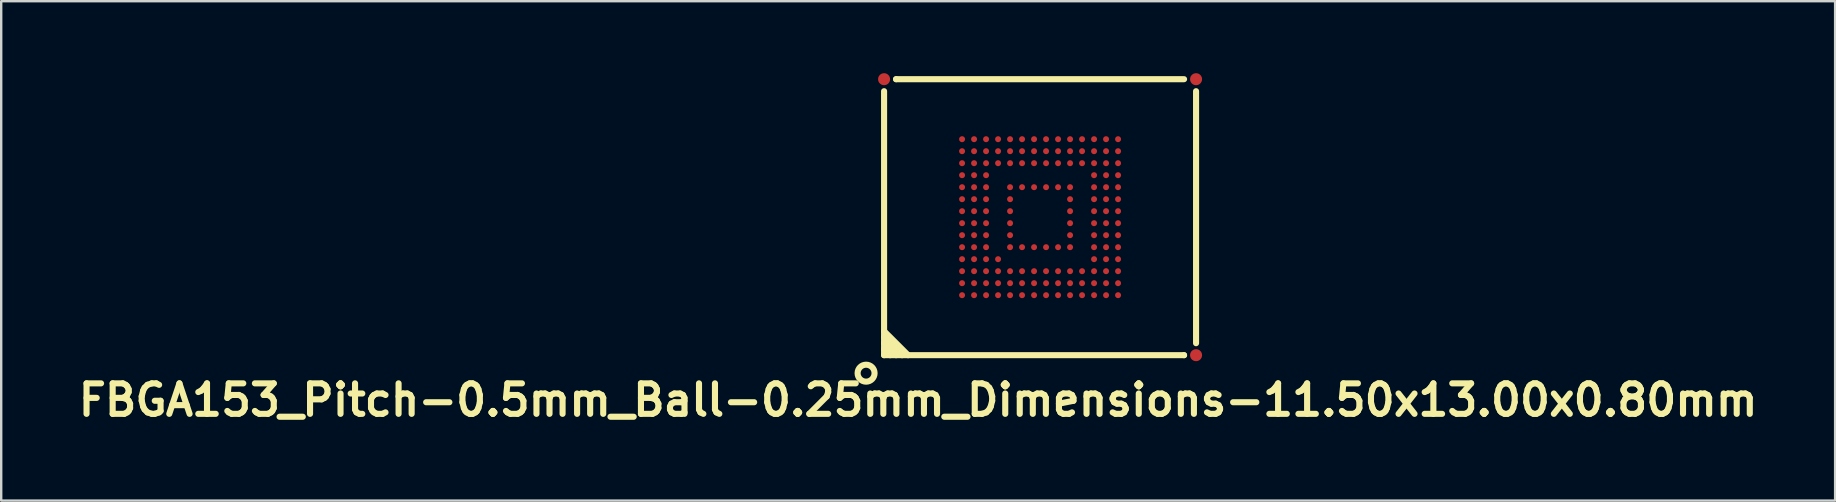
<source format=kicad_pcb>
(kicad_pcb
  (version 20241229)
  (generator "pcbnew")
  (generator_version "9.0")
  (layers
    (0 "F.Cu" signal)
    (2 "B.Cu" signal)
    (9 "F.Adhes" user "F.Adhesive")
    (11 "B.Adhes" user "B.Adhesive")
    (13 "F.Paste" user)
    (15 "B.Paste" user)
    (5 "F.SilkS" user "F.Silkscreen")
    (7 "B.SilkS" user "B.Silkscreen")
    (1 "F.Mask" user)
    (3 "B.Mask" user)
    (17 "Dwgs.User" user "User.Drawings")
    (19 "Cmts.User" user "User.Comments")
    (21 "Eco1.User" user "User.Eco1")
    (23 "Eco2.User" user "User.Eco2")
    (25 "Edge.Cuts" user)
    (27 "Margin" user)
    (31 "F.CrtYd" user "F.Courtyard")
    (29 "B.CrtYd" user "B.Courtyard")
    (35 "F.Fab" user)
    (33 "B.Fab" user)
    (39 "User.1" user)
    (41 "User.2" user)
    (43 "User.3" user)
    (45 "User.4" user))
  (footprint "FBGA153_Pitch-0.5mm_Ball-0.25mm_Dimensions-11.50x13.00x0.80mm"
    (layer "F.Cu")
    (at 40.289 6)
    (property "Reference" "FBGA153_Pitch-0.5mm_Ball-0.25mm_Dimensions-11.50x13.00x0.80mm" (at -5.08 7.62 0) (layer "F.SilkS") (effects (font (size 1.27 1.27) (thickness 0.254))))
    (attr smd)
    (fp_line (start -6.5 -5.25) (end -6.5 5.75) (stroke (width 0.254) (type solid)) (layer "F.SilkS"))
    (fp_line (start -6.5 4.75) (end -5.5 5.75) (stroke (width 0.254) (type solid)) (layer "F.SilkS"))
    (fp_line (start -6.5 5) (end -5.75 5.75) (stroke (width 0.254) (type solid)) (layer "F.SilkS"))
    (fp_line (start -6.5 5.25) (end -6 5.75) (stroke (width 0.254) (type solid)) (layer "F.SilkS"))
    (fp_line (start -6.5 5.5) (end -6.25 5.75) (stroke (width 0.254) (type solid)) (layer "F.SilkS"))
    (fp_line (start -6.5 5.75) (end 6 5.75) (stroke (width 0.254) (type solid)) (layer "F.SilkS"))
    (fp_line (start -6 -5.75) (end -6 -5.75) (stroke (width 0.254) (type solid)) (layer "F.SilkS"))
    (fp_line (start 6 -5.75) (end -6 -5.75) (stroke (width 0.254) (type solid)) (layer "F.SilkS"))
    (fp_line (start 6 5.75) (end 6 5.75) (stroke (width 0.254) (type solid)) (layer "F.SilkS"))
    (fp_line (start 6.5 5.25) (end 6.5 -5.25) (stroke (width 0.254) (type solid)) (layer "F.SilkS"))
    (fp_circle (center -7.25 6.5) (end -7.5 6.75) (stroke (width 0.254) (type solid)) (fill no) (layer "F.SilkS"))
    (pad "" smd rect (at -3.25 -3.25) (size 0.3 0.3) (layers "F.Paste"))
    (pad "" smd rect (at -3.25 -2.75) (size 0.3 0.3) (layers "F.Paste"))
    (pad "" smd rect (at -3.25 -2.25) (size 0.3 0.3) (layers "F.Paste"))
    (pad "" smd rect (at -3.25 -1.75) (size 0.3 0.3) (layers "F.Paste"))
    (pad "" smd rect (at -3.25 -1.25) (size 0.3 0.3) (layers "F.Paste"))
    (pad "" smd rect (at -3.25 -0.75) (size 0.3 0.3) (layers "F.Paste"))
    (pad "" smd rect (at -3.25 -0.25) (size 0.3 0.3) (layers "F.Paste"))
    (pad "" smd rect (at -3.25 0.25) (size 0.3 0.3) (layers "F.Paste"))
    (pad "" smd rect (at -3.25 0.75) (size 0.3 0.3) (layers "F.Paste"))
    (pad "" smd rect (at -3.25 1.25) (size 0.3 0.3) (layers "F.Paste"))
    (pad "" smd rect (at -3.25 1.75) (size 0.3 0.3) (layers "F.Paste"))
    (pad "" smd rect (at -3.25 2.25) (size 0.3 0.3) (layers "F.Paste"))
    (pad "" smd rect (at -3.25 2.75) (size 0.3 0.3) (layers "F.Paste"))
    (pad "" smd rect (at -3.25 3.25) (size 0.3 0.3) (layers "F.Paste"))
    (pad "" smd rect (at -2.75 -3.25) (size 0.3 0.3) (layers "F.Paste"))
    (pad "" smd rect (at -2.75 -2.75) (size 0.3 0.3) (layers "F.Paste"))
    (pad "" smd rect (at -2.75 -2.25) (size 0.3 0.3) (layers "F.Paste"))
    (pad "" smd rect (at -2.75 -1.75) (size 0.3 0.3) (layers "F.Paste"))
    (pad "" smd rect (at -2.75 -1.25) (size 0.3 0.3) (layers "F.Paste"))
    (pad "" smd rect (at -2.75 -0.75) (size 0.3 0.3) (layers "F.Paste"))
    (pad "" smd rect (at -2.75 -0.25) (size 0.3 0.3) (layers "F.Paste"))
    (pad "" smd rect (at -2.75 0.25) (size 0.3 0.3) (layers "F.Paste"))
    (pad "" smd rect (at -2.75 0.75) (size 0.3 0.3) (layers "F.Paste"))
    (pad "" smd rect (at -2.75 1.25) (size 0.3 0.3) (layers "F.Paste"))
    (pad "" smd rect (at -2.75 1.75) (size 0.3 0.3) (layers "F.Paste"))
    (pad "" smd rect (at -2.75 2.25) (size 0.3 0.3) (layers "F.Paste"))
    (pad "" smd rect (at -2.75 2.75) (size 0.3 0.3) (layers "F.Paste"))
    (pad "" smd rect (at -2.75 3.25) (size 0.3 0.3) (layers "F.Paste"))
    (pad "" smd rect (at -2.25 -3.25) (size 0.3 0.3) (layers "F.Paste"))
    (pad "" smd rect (at -2.25 -2.75) (size 0.3 0.3) (layers "F.Paste"))
    (pad "" smd rect (at -2.25 -2.25) (size 0.3 0.3) (layers "F.Paste"))
    (pad "" smd rect (at -2.25 -1.75) (size 0.3 0.3) (layers "F.Paste"))
    (pad "" smd rect (at -2.25 -1.25) (size 0.3 0.3) (layers "F.Paste"))
    (pad "" smd rect (at -2.25 -0.75) (size 0.3 0.3) (layers "F.Paste"))
    (pad "" smd rect (at -2.25 -0.25) (size 0.3 0.3) (layers "F.Paste"))
    (pad "" smd rect (at -2.25 0.25) (size 0.3 0.3) (layers "F.Paste"))
    (pad "" smd rect (at -2.25 0.75) (size 0.3 0.3) (layers "F.Paste"))
    (pad "" smd rect (at -2.25 1.25) (size 0.3 0.3) (layers "F.Paste"))
    (pad "" smd rect (at -2.25 1.75) (size 0.3 0.3) (layers "F.Paste"))
    (pad "" smd rect (at -2.25 2.25) (size 0.3 0.3) (layers "F.Paste"))
    (pad "" smd rect (at -2.25 2.75) (size 0.3 0.3) (layers "F.Paste"))
    (pad "" smd rect (at -2.25 3.25) (size 0.3 0.3) (layers "F.Paste"))
    (pad "" smd rect (at -1.75 -3.25) (size 0.3 0.3) (layers "F.Paste"))
    (pad "" smd rect (at -1.75 -2.75) (size 0.3 0.3) (layers "F.Paste"))
    (pad "" smd rect (at -1.75 -2.25) (size 0.3 0.3) (layers "F.Paste"))
    (pad "" smd rect (at -1.75 1.75) (size 0.3 0.3) (layers "F.Paste"))
    (pad "" smd rect (at -1.75 2.25) (size 0.3 0.3) (layers "F.Paste"))
    (pad "" smd rect (at -1.75 2.75) (size 0.3 0.3) (layers "F.Paste"))
    (pad "" smd rect (at -1.75 3.25) (size 0.3 0.3) (layers "F.Paste"))
    (pad "" smd rect (at -1.25 -3.25) (size 0.3 0.3) (layers "F.Paste"))
    (pad "" smd rect (at -1.25 -2.75) (size 0.3 0.3) (layers "F.Paste"))
    (pad "" smd rect (at -1.25 -2.25) (size 0.3 0.3) (layers "F.Paste"))
    (pad "" smd rect (at -1.25 -1.25) (size 0.3 0.3) (layers "F.Paste"))
    (pad "" smd rect (at -1.25 -0.75) (size 0.3 0.3) (layers "F.Paste"))
    (pad "" smd rect (at -1.25 -0.25) (size 0.3 0.3) (layers "F.Paste"))
    (pad "" smd rect (at -1.25 0.25) (size 0.3 0.3) (layers "F.Paste"))
    (pad "" smd rect (at -1.25 0.75) (size 0.3 0.3) (layers "F.Paste"))
    (pad "" smd rect (at -1.25 1.25) (size 0.3 0.3) (layers "F.Paste"))
    (pad "" smd rect (at -1.25 2.25) (size 0.3 0.3) (layers "F.Paste"))
    (pad "" smd rect (at -1.25 2.75) (size 0.3 0.3) (layers "F.Paste"))
    (pad "" smd rect (at -1.25 3.25) (size 0.3 0.3) (layers "F.Paste"))
    (pad "" smd rect (at -0.75 -3.25) (size 0.3 0.3) (layers "F.Paste"))
    (pad "" smd rect (at -0.75 -2.75) (size 0.3 0.3) (layers "F.Paste"))
    (pad "" smd rect (at -0.75 -2.25) (size 0.3 0.3) (layers "F.Paste"))
    (pad "" smd rect (at -0.75 -1.25) (size 0.3 0.3) (layers "F.Paste"))
    (pad "" smd rect (at -0.75 1.25) (size 0.3 0.3) (layers "F.Paste"))
    (pad "" smd rect (at -0.75 2.25) (size 0.3 0.3) (layers "F.Paste"))
    (pad "" smd rect (at -0.75 2.75) (size 0.3 0.3) (layers "F.Paste"))
    (pad "" smd rect (at -0.75 3.25) (size 0.3 0.3) (layers "F.Paste"))
    (pad "" smd rect (at -0.25 -3.25) (size 0.3 0.3) (layers "F.Paste"))
    (pad "" smd rect (at -0.25 -2.75) (size 0.3 0.3) (layers "F.Paste"))
    (pad "" smd rect (at -0.25 -2.25) (size 0.3 0.3) (layers "F.Paste"))
    (pad "" smd rect (at -0.25 -1.25) (size 0.3 0.3) (layers "F.Paste"))
    (pad "" smd rect (at -0.25 1.25) (size 0.3 0.3) (layers "F.Paste"))
    (pad "" smd rect (at -0.25 2.25) (size 0.3 0.3) (layers "F.Paste"))
    (pad "" smd rect (at -0.25 2.75) (size 0.3 0.3) (layers "F.Paste"))
    (pad "" smd rect (at -0.25 3.25) (size 0.3 0.3) (layers "F.Paste"))
    (pad "" smd rect (at 0.25 -3.25) (size 0.3 0.3) (layers "F.Paste"))
    (pad "" smd rect (at 0.25 -2.75) (size 0.3 0.3) (layers "F.Paste"))
    (pad "" smd rect (at 0.25 -2.25) (size 0.3 0.3) (layers "F.Paste"))
    (pad "" smd rect (at 0.25 -1.25) (size 0.3 0.3) (layers "F.Paste"))
    (pad "" smd rect (at 0.25 1.25) (size 0.3 0.3) (layers "F.Paste"))
    (pad "" smd rect (at 0.25 2.25) (size 0.3 0.3) (layers "F.Paste"))
    (pad "" smd rect (at 0.25 2.75) (size 0.3 0.3) (layers "F.Paste"))
    (pad "" smd rect (at 0.25 3.25) (size 0.3 0.3) (layers "F.Paste"))
    (pad "" smd rect (at 0.75 -3.25) (size 0.3 0.3) (layers "F.Paste"))
    (pad "" smd rect (at 0.75 -2.75) (size 0.3 0.3) (layers "F.Paste"))
    (pad "" smd rect (at 0.75 -2.25) (size 0.3 0.3) (layers "F.Paste"))
    (pad "" smd rect (at 0.75 -1.25) (size 0.3 0.3) (layers "F.Paste"))
    (pad "" smd rect (at 0.75 1.25) (size 0.3 0.3) (layers "F.Paste"))
    (pad "" smd rect (at 0.75 2.25) (size 0.3 0.3) (layers "F.Paste"))
    (pad "" smd rect (at 0.75 2.75) (size 0.3 0.3) (layers "F.Paste"))
    (pad "" smd rect (at 0.75 3.25) (size 0.3 0.3) (layers "F.Paste"))
    (pad "" smd rect (at 1.25 -3.25) (size 0.3 0.3) (layers "F.Paste"))
    (pad "" smd rect (at 1.25 -2.75) (size 0.3 0.3) (layers "F.Paste"))
    (pad "" smd rect (at 1.25 -2.25) (size 0.3 0.3) (layers "F.Paste"))
    (pad "" smd rect (at 1.25 -1.25) (size 0.3 0.3) (layers "F.Paste"))
    (pad "" smd rect (at 1.25 -0.75) (size 0.3 0.3) (layers "F.Paste"))
    (pad "" smd rect (at 1.25 -0.25) (size 0.3 0.3) (layers "F.Paste"))
    (pad "" smd rect (at 1.25 0.25) (size 0.3 0.3) (layers "F.Paste"))
    (pad "" smd rect (at 1.25 0.75) (size 0.3 0.3) (layers "F.Paste"))
    (pad "" smd rect (at 1.25 1.25) (size 0.3 0.3) (layers "F.Paste"))
    (pad "" smd rect (at 1.25 2.25) (size 0.3 0.3) (layers "F.Paste"))
    (pad "" smd rect (at 1.25 2.75) (size 0.3 0.3) (layers "F.Paste"))
    (pad "" smd rect (at 1.25 3.25) (size 0.3 0.3) (layers "F.Paste"))
    (pad "" smd rect (at 1.75 -3.25) (size 0.3 0.3) (layers "F.Paste"))
    (pad "" smd rect (at 1.75 -2.75) (size 0.3 0.3) (layers "F.Paste"))
    (pad "" smd rect (at 1.75 -2.25) (size 0.3 0.3) (layers "F.Paste"))
    (pad "" smd rect (at 1.75 2.25) (size 0.3 0.3) (layers "F.Paste"))
    (pad "" smd rect (at 1.75 2.75) (size 0.3 0.3) (layers "F.Paste"))
    (pad "" smd rect (at 1.75 3.25) (size 0.3 0.3) (layers "F.Paste"))
    (pad "" smd rect (at 2.25 -3.25) (size 0.3 0.3) (layers "F.Paste"))
    (pad "" smd rect (at 2.25 -2.75) (size 0.3 0.3) (layers "F.Paste"))
    (pad "" smd rect (at 2.25 -2.25) (size 0.3 0.3) (layers "F.Paste"))
    (pad "" smd rect (at 2.25 -1.75) (size 0.3 0.3) (layers "F.Paste"))
    (pad "" smd rect (at 2.25 -1.25) (size 0.3 0.3) (layers "F.Paste"))
    (pad "" smd rect (at 2.25 -0.75) (size 0.3 0.3) (layers "F.Paste"))
    (pad "" smd rect (at 2.25 -0.25) (size 0.3 0.3) (layers "F.Paste"))
    (pad "" smd rect (at 2.25 0.25) (size 0.3 0.3) (layers "F.Paste"))
    (pad "" smd rect (at 2.25 0.75) (size 0.3 0.3) (layers "F.Paste"))
    (pad "" smd rect (at 2.25 1.25) (size 0.3 0.3) (layers "F.Paste"))
    (pad "" smd rect (at 2.25 1.75) (size 0.3 0.3) (layers "F.Paste"))
    (pad "" smd rect (at 2.25 2.25) (size 0.3 0.3) (layers "F.Paste"))
    (pad "" smd rect (at 2.25 2.75) (size 0.3 0.3) (layers "F.Paste"))
    (pad "" smd rect (at 2.25 3.25) (size 0.3 0.3) (layers "F.Paste"))
    (pad "" smd rect (at 2.75 -3.25) (size 0.3 0.3) (layers "F.Paste"))
    (pad "" smd rect (at 2.75 -2.75) (size 0.3 0.3) (layers "F.Paste"))
    (pad "" smd rect (at 2.75 -2.25) (size 0.3 0.3) (layers "F.Paste"))
    (pad "" smd rect (at 2.75 -1.75) (size 0.3 0.3) (layers "F.Paste"))
    (pad "" smd rect (at 2.75 -1.25) (size 0.3 0.3) (layers "F.Paste"))
    (pad "" smd rect (at 2.75 -0.75) (size 0.3 0.3) (layers "F.Paste"))
    (pad "" smd rect (at 2.75 -0.25) (size 0.3 0.3) (layers "F.Paste"))
    (pad "" smd rect (at 2.75 0.25) (size 0.3 0.3) (layers "F.Paste"))
    (pad "" smd rect (at 2.75 0.75) (size 0.3 0.3) (layers "F.Paste"))
    (pad "" smd rect (at 2.75 1.25) (size 0.3 0.3) (layers "F.Paste"))
    (pad "" smd rect (at 2.75 1.75) (size 0.3 0.3) (layers "F.Paste"))
    (pad "" smd rect (at 2.75 2.25) (size 0.3 0.3) (layers "F.Paste"))
    (pad "" smd rect (at 2.75 2.75) (size 0.3 0.3) (layers "F.Paste"))
    (pad "" smd rect (at 2.75 3.25) (size 0.3 0.3) (layers "F.Paste"))
    (pad "" smd rect (at 3.25 -3.25) (size 0.3 0.3) (layers "F.Paste"))
    (pad "" smd rect (at 3.25 -2.75) (size 0.3 0.3) (layers "F.Paste"))
    (pad "" smd rect (at 3.25 -2.25) (size 0.3 0.3) (layers "F.Paste"))
    (pad "" smd rect (at 3.25 -1.75) (size 0.3 0.3) (layers "F.Paste"))
    (pad "" smd rect (at 3.25 -1.25) (size 0.3 0.3) (layers "F.Paste"))
    (pad "" smd rect (at 3.25 -0.75) (size 0.3 0.3) (layers "F.Paste"))
    (pad "" smd rect (at 3.25 -0.25) (size 0.3 0.3) (layers "F.Paste"))
    (pad "" smd rect (at 3.25 0.25) (size 0.3 0.3) (layers "F.Paste"))
    (pad "" smd rect (at 3.25 0.75) (size 0.3 0.3) (layers "F.Paste"))
    (pad "" smd rect (at 3.25 1.25) (size 0.3 0.3) (layers "F.Paste"))
    (pad "" smd rect (at 3.25 1.75) (size 0.3 0.3) (layers "F.Paste"))
    (pad "" smd rect (at 3.25 2.25) (size 0.3 0.3) (layers "F.Paste"))
    (pad "" smd rect (at 3.25 2.75) (size 0.3 0.3) (layers "F.Paste"))
    (pad "" smd rect (at 3.25 3.25) (size 0.3 0.3) (layers "F.Paste"))
    (pad "A1" smd circle (at -3.25 3.25) (size 0.25 0.25) (layers "F.Cu" "F.Mask"))
    (pad "A2" smd circle (at -3.25 2.75) (size 0.25 0.25) (layers "F.Cu" "F.Mask"))
    (pad "A3" smd circle (at -3.25 2.25) (size 0.25 0.25) (layers "F.Cu" "F.Mask"))
    (pad "A4" smd circle (at -3.25 1.75) (size 0.25 0.25) (layers "F.Cu" "F.Mask"))
    (pad "A5" smd circle (at -3.25 1.25) (size 0.25 0.25) (layers "F.Cu" "F.Mask"))
    (pad "A6" smd circle (at -3.25 0.75) (size 0.25 0.25) (layers "F.Cu" "F.Mask"))
    (pad "A7" smd circle (at -3.25 0.25) (size 0.25 0.25) (layers "F.Cu" "F.Mask"))
    (pad "A8" smd circle (at -3.25 -0.25) (size 0.25 0.25) (layers "F.Cu" "F.Mask"))
    (pad "A9" smd circle (at -3.25 -0.75) (size 0.25 0.25) (layers "F.Cu" "F.Mask"))
    (pad "A10" smd circle (at -3.25 -1.25) (size 0.25 0.25) (layers "F.Cu" "F.Mask"))
    (pad "A11" smd circle (at -3.25 -1.75) (size 0.25 0.25) (layers "F.Cu" "F.Mask"))
    (pad "A12" smd circle (at -3.25 -2.25) (size 0.25 0.25) (layers "F.Cu" "F.Mask"))
    (pad "A13" smd circle (at -3.25 -2.75) (size 0.25 0.25) (layers "F.Cu" "F.Mask"))
    (pad "A14" smd circle (at -3.25 -3.25) (size 0.25 0.25) (layers "F.Cu" "F.Mask"))
    (pad "B1" smd circle (at -2.75 3.25) (size 0.25 0.25) (layers "F.Cu" "F.Mask"))
    (pad "B2" smd circle (at -2.75 2.75) (size 0.25 0.25) (layers "F.Cu" "F.Mask"))
    (pad "B3" smd circle (at -2.75 2.25) (size 0.25 0.25) (layers "F.Cu" "F.Mask"))
    (pad "B4" smd circle (at -2.75 1.75) (size 0.25 0.25) (layers "F.Cu" "F.Mask"))
    (pad "B5" smd circle (at -2.75 1.25) (size 0.25 0.25) (layers "F.Cu" "F.Mask"))
    (pad "B6" smd circle (at -2.75 0.75) (size 0.25 0.25) (layers "F.Cu" "F.Mask"))
    (pad "B7" smd circle (at -2.75 0.25) (size 0.25 0.25) (layers "F.Cu" "F.Mask"))
    (pad "B8" smd circle (at -2.75 -0.25) (size 0.25 0.25) (layers "F.Cu" "F.Mask"))
    (pad "B9" smd circle (at -2.75 -0.75) (size 0.25 0.25) (layers "F.Cu" "F.Mask"))
    (pad "B10" smd circle (at -2.75 -1.25) (size 0.25 0.25) (layers "F.Cu" "F.Mask"))
    (pad "B11" smd circle (at -2.75 -1.75) (size 0.25 0.25) (layers "F.Cu" "F.Mask"))
    (pad "B12" smd circle (at -2.75 -2.25) (size 0.25 0.25) (layers "F.Cu" "F.Mask"))
    (pad "B13" smd circle (at -2.75 -2.75) (size 0.25 0.25) (layers "F.Cu" "F.Mask"))
    (pad "B14" smd circle (at -2.75 -3.25) (size 0.25 0.25) (layers "F.Cu" "F.Mask"))
    (pad "C1" smd circle (at -2.25 3.25) (size 0.25 0.25) (layers "F.Cu" "F.Mask"))
    (pad "C2" smd circle (at -2.25 2.75) (size 0.25 0.25) (layers "F.Cu" "F.Mask"))
    (pad "C3" smd circle (at -2.25 2.25) (size 0.25 0.25) (layers "F.Cu" "F.Mask"))
    (pad "C4" smd circle (at -2.25 1.75) (size 0.25 0.25) (layers "F.Cu" "F.Mask"))
    (pad "C5" smd circle (at -2.25 1.25) (size 0.25 0.25) (layers "F.Cu" "F.Mask"))
    (pad "C6" smd circle (at -2.25 0.75) (size 0.25 0.25) (layers "F.Cu" "F.Mask"))
    (pad "C7" smd circle (at -2.25 0.25) (size 0.25 0.25) (layers "F.Cu" "F.Mask"))
    (pad "C8" smd circle (at -2.25 -0.25) (size 0.25 0.25) (layers "F.Cu" "F.Mask"))
    (pad "C9" smd circle (at -2.25 -0.75) (size 0.25 0.25) (layers "F.Cu" "F.Mask"))
    (pad "C10" smd circle (at -2.25 -1.25) (size 0.25 0.25) (layers "F.Cu" "F.Mask"))
    (pad "C11" smd circle (at -2.25 -1.75) (size 0.25 0.25) (layers "F.Cu" "F.Mask"))
    (pad "C12" smd circle (at -2.25 -2.25) (size 0.25 0.25) (layers "F.Cu" "F.Mask"))
    (pad "C13" smd circle (at -2.25 -2.75) (size 0.25 0.25) (layers "F.Cu" "F.Mask"))
    (pad "C14" smd circle (at -2.25 -3.25) (size 0.25 0.25) (layers "F.Cu" "F.Mask"))
    (pad "D1" smd circle (at -1.75 3.25) (size 0.25 0.25) (layers "F.Cu" "F.Mask"))
    (pad "D2" smd circle (at -1.75 2.75) (size 0.25 0.25) (layers "F.Cu" "F.Mask"))
    (pad "D3" smd circle (at -1.75 2.25) (size 0.25 0.25) (layers "F.Cu" "F.Mask"))
    (pad "D4" smd circle (at -1.75 1.75) (size 0.25 0.25) (layers "F.Cu" "F.Mask"))
    (pad "D12" smd circle (at -1.75 -2.25) (size 0.25 0.25) (layers "F.Cu" "F.Mask"))
    (pad "D13" smd circle (at -1.75 -2.75) (size 0.25 0.25) (layers "F.Cu" "F.Mask"))
    (pad "D14" smd circle (at -1.75 -3.25) (size 0.25 0.25) (layers "F.Cu" "F.Mask"))
    (pad "E1" smd circle (at -1.25 3.25) (size 0.25 0.25) (layers "F.Cu" "F.Mask"))
    (pad "E2" smd circle (at -1.25 2.75) (size 0.25 0.25) (layers "F.Cu" "F.Mask"))
    (pad "E3" smd circle (at -1.25 2.25) (size 0.25 0.25) (layers "F.Cu" "F.Mask"))
    (pad "E5" smd circle (at -1.25 1.25) (size 0.25 0.25) (layers "F.Cu" "F.Mask"))
    (pad "E6" smd circle (at -1.25 0.75) (size 0.25 0.25) (layers "F.Cu" "F.Mask"))
    (pad "E7" smd circle (at -1.25 0.25) (size 0.25 0.25) (layers "F.Cu" "F.Mask"))
    (pad "E8" smd circle (at -1.25 -0.25) (size 0.25 0.25) (layers "F.Cu" "F.Mask"))
    (pad "E9" smd circle (at -1.25 -0.75) (size 0.25 0.25) (layers "F.Cu" "F.Mask"))
    (pad "E10" smd circle (at -1.25 -1.25) (size 0.25 0.25) (layers "F.Cu" "F.Mask"))
    (pad "E12" smd circle (at -1.25 -2.25) (size 0.25 0.25) (layers "F.Cu" "F.Mask"))
    (pad "E13" smd circle (at -1.25 -2.75) (size 0.25 0.25) (layers "F.Cu" "F.Mask"))
    (pad "E14" smd circle (at -1.25 -3.25) (size 0.25 0.25) (layers "F.Cu" "F.Mask"))
    (pad "F1" smd circle (at -0.75 3.25) (size 0.25 0.25) (layers "F.Cu" "F.Mask"))
    (pad "F2" smd circle (at -0.75 2.75) (size 0.25 0.25) (layers "F.Cu" "F.Mask"))
    (pad "F3" smd circle (at -0.75 2.25) (size 0.25 0.25) (layers "F.Cu" "F.Mask"))
    (pad "F5" smd circle (at -0.75 1.25) (size 0.25 0.25) (layers "F.Cu" "F.Mask"))
    (pad "F10" smd circle (at -0.75 -1.25) (size 0.25 0.25) (layers "F.Cu" "F.Mask"))
    (pad "F12" smd circle (at -0.75 -2.25) (size 0.25 0.25) (layers "F.Cu" "F.Mask"))
    (pad "F13" smd circle (at -0.75 -2.75) (size 0.25 0.25) (layers "F.Cu" "F.Mask"))
    (pad "F14" smd circle (at -0.75 -3.25) (size 0.25 0.25) (layers "F.Cu" "F.Mask"))
    (pad "FID1" smd circle (at -6.5 -5.75) (size 0.5 0.5) (layers "F.Cu" "F.Mask"))
    (pad "FID2" smd circle (at 6.5 -5.75) (size 0.5 0.5) (layers "F.Cu" "F.Mask"))
    (pad "FID3" smd circle (at 6.5 5.75) (size 0.5 0.5) (layers "F.Cu" "F.Mask"))
    (pad "G1" smd circle (at -0.25 3.25) (size 0.25 0.25) (layers "F.Cu" "F.Mask"))
    (pad "G2" smd circle (at -0.25 2.75) (size 0.25 0.25) (layers "F.Cu" "F.Mask"))
    (pad "G3" smd circle (at -0.25 2.25) (size 0.25 0.25) (layers "F.Cu" "F.Mask"))
    (pad "G5" smd circle (at -0.25 1.25) (size 0.25 0.25) (layers "F.Cu" "F.Mask"))
    (pad "G10" smd circle (at -0.25 -1.25) (size 0.25 0.25) (layers "F.Cu" "F.Mask"))
    (pad "G12" smd circle (at -0.25 -2.25) (size 0.25 0.25) (layers "F.Cu" "F.Mask"))
    (pad "G13" smd circle (at -0.25 -2.75) (size 0.25 0.25) (layers "F.Cu" "F.Mask"))
    (pad "G14" smd circle (at -0.25 -3.25) (size 0.25 0.25) (layers "F.Cu" "F.Mask"))
    (pad "H1" smd circle (at 0.25 3.25) (size 0.25 0.25) (layers "F.Cu" "F.Mask"))
    (pad "H2" smd circle (at 0.25 2.75) (size 0.25 0.25) (layers "F.Cu" "F.Mask"))
    (pad "H3" smd circle (at 0.25 2.25) (size 0.25 0.25) (layers "F.Cu" "F.Mask"))
    (pad "H5" smd circle (at 0.25 1.25) (size 0.25 0.25) (layers "F.Cu" "F.Mask"))
    (pad "H10" smd circle (at 0.25 -1.25) (size 0.25 0.25) (layers "F.Cu" "F.Mask"))
    (pad "H12" smd circle (at 0.25 -2.25) (size 0.25 0.25) (layers "F.Cu" "F.Mask"))
    (pad "H13" smd circle (at 0.25 -2.75) (size 0.25 0.25) (layers "F.Cu" "F.Mask"))
    (pad "H14" smd circle (at 0.25 -3.25) (size 0.25 0.25) (layers "F.Cu" "F.Mask"))
    (pad "J1" smd circle (at 0.75 3.25) (size 0.25 0.25) (layers "F.Cu" "F.Mask"))
    (pad "J2" smd circle (at 0.75 2.75) (size 0.25 0.25) (layers "F.Cu" "F.Mask"))
    (pad "J3" smd circle (at 0.75 2.25) (size 0.25 0.25) (layers "F.Cu" "F.Mask"))
    (pad "J5" smd circle (at 0.75 1.25) (size 0.25 0.25) (layers "F.Cu" "F.Mask"))
    (pad "J10" smd circle (at 0.75 -1.25) (size 0.25 0.25) (layers "F.Cu" "F.Mask"))
    (pad "J12" smd circle (at 0.75 -2.25) (size 0.25 0.25) (layers "F.Cu" "F.Mask"))
    (pad "J13" smd circle (at 0.75 -2.75) (size 0.25 0.25) (layers "F.Cu" "F.Mask"))
    (pad "J14" smd circle (at 0.75 -3.25) (size 0.25 0.25) (layers "F.Cu" "F.Mask"))
    (pad "K1" smd circle (at 1.25 3.25) (size 0.25 0.25) (layers "F.Cu" "F.Mask"))
    (pad "K2" smd circle (at 1.25 2.75) (size 0.25 0.25) (layers "F.Cu" "F.Mask"))
    (pad "K3" smd circle (at 1.25 2.25) (size 0.25 0.25) (layers "F.Cu" "F.Mask"))
    (pad "K5" smd circle (at 1.25 1.25) (size 0.25 0.25) (layers "F.Cu" "F.Mask"))
    (pad "K6" smd circle (at 1.25 0.75) (size 0.25 0.25) (layers "F.Cu" "F.Mask"))
    (pad "K7" smd circle (at 1.25 0.25) (size 0.25 0.25) (layers "F.Cu" "F.Mask"))
    (pad "K8" smd circle (at 1.25 -0.25) (size 0.25 0.25) (layers "F.Cu" "F.Mask"))
    (pad "K9" smd circle (at 1.25 -0.75) (size 0.25 0.25) (layers "F.Cu" "F.Mask"))
    (pad "K10" smd circle (at 1.25 -1.25) (size 0.25 0.25) (layers "F.Cu" "F.Mask"))
    (pad "K12" smd circle (at 1.25 -2.25) (size 0.25 0.25) (layers "F.Cu" "F.Mask"))
    (pad "K13" smd circle (at 1.25 -2.75) (size 0.25 0.25) (layers "F.Cu" "F.Mask"))
    (pad "K14" smd circle (at 1.25 -3.25) (size 0.25 0.25) (layers "F.Cu" "F.Mask"))
    (pad "L1" smd circle (at 1.75 3.25) (size 0.25 0.25) (layers "F.Cu" "F.Mask"))
    (pad "L2" smd circle (at 1.75 2.75) (size 0.25 0.25) (layers "F.Cu" "F.Mask"))
    (pad "L3" smd circle (at 1.75 2.25) (size 0.25 0.25) (layers "F.Cu" "F.Mask"))
    (pad "L12" smd circle (at 1.75 -2.25) (size 0.25 0.25) (layers "F.Cu" "F.Mask"))
    (pad "L13" smd circle (at 1.75 -2.75) (size 0.25 0.25) (layers "F.Cu" "F.Mask"))
    (pad "L14" smd circle (at 1.75 -3.25) (size 0.25 0.25) (layers "F.Cu" "F.Mask"))
    (pad "M1" smd circle (at 2.25 3.25) (size 0.25 0.25) (layers "F.Cu" "F.Mask"))
    (pad "M2" smd circle (at 2.25 2.75) (size 0.25 0.25) (layers "F.Cu" "F.Mask"))
    (pad "M3" smd circle (at 2.25 2.25) (size 0.25 0.25) (layers "F.Cu" "F.Mask"))
    (pad "M4" smd circle (at 2.25 1.75) (size 0.25 0.25) (layers "F.Cu" "F.Mask"))
    (pad "M5" smd circle (at 2.25 1.25) (size 0.25 0.25) (layers "F.Cu" "F.Mask"))
    (pad "M6" smd circle (at 2.25 0.75) (size 0.25 0.25) (layers "F.Cu" "F.Mask"))
    (pad "M7" smd circle (at 2.25 0.25) (size 0.25 0.25) (layers "F.Cu" "F.Mask"))
    (pad "M8" smd circle (at 2.25 -0.25) (size 0.25 0.25) (layers "F.Cu" "F.Mask"))
    (pad "M9" smd circle (at 2.25 -0.75) (size 0.25 0.25) (layers "F.Cu" "F.Mask"))
    (pad "M10" smd circle (at 2.25 -1.25) (size 0.25 0.25) (layers "F.Cu" "F.Mask"))
    (pad "M11" smd circle (at 2.25 -1.75) (size 0.25 0.25) (layers "F.Cu" "F.Mask"))
    (pad "M12" smd circle (at 2.25 -2.25) (size 0.25 0.25) (layers "F.Cu" "F.Mask"))
    (pad "M13" smd circle (at 2.25 -2.75) (size 0.25 0.25) (layers "F.Cu" "F.Mask"))
    (pad "M14" smd circle (at 2.25 -3.25) (size 0.25 0.25) (layers "F.Cu" "F.Mask"))
    (pad "N1" smd circle (at 2.75 3.25) (size 0.25 0.25) (layers "F.Cu" "F.Mask"))
    (pad "N2" smd circle (at 2.75 2.75) (size 0.25 0.25) (layers "F.Cu" "F.Mask"))
    (pad "N3" smd circle (at 2.75 2.25) (size 0.25 0.25) (layers "F.Cu" "F.Mask"))
    (pad "N4" smd circle (at 2.75 1.75) (size 0.25 0.25) (layers "F.Cu" "F.Mask"))
    (pad "N5" smd circle (at 2.75 1.25) (size 0.25 0.25) (layers "F.Cu" "F.Mask"))
    (pad "N6" smd circle (at 2.75 0.75) (size 0.25 0.25) (layers "F.Cu" "F.Mask"))
    (pad "N7" smd circle (at 2.75 0.25) (size 0.25 0.25) (layers "F.Cu" "F.Mask"))
    (pad "N8" smd circle (at 2.75 -0.25) (size 0.25 0.25) (layers "F.Cu" "F.Mask"))
    (pad "N9" smd circle (at 2.75 -0.75) (size 0.25 0.25) (layers "F.Cu" "F.Mask"))
    (pad "N10" smd circle (at 2.75 -1.25) (size 0.25 0.25) (layers "F.Cu" "F.Mask"))
    (pad "N11" smd circle (at 2.75 -1.75) (size 0.25 0.25) (layers "F.Cu" "F.Mask"))
    (pad "N12" smd circle (at 2.75 -2.25) (size 0.25 0.25) (layers "F.Cu" "F.Mask"))
    (pad "N13" smd circle (at 2.75 -2.75) (size 0.25 0.25) (layers "F.Cu" "F.Mask"))
    (pad "N14" smd circle (at 2.75 -3.25) (size 0.25 0.25) (layers "F.Cu" "F.Mask"))
    (pad "P1" smd circle (at 3.25 3.25) (size 0.25 0.25) (layers "F.Cu" "F.Mask"))
    (pad "P2" smd circle (at 3.25 2.75) (size 0.25 0.25) (layers "F.Cu" "F.Mask"))
    (pad "P3" smd circle (at 3.25 2.25) (size 0.25 0.25) (layers "F.Cu" "F.Mask"))
    (pad "P4" smd circle (at 3.25 1.75) (size 0.25 0.25) (layers "F.Cu" "F.Mask"))
    (pad "P5" smd circle (at 3.25 1.25) (size 0.25 0.25) (layers "F.Cu" "F.Mask"))
    (pad "P6" smd circle (at 3.25 0.75) (size 0.25 0.25) (layers "F.Cu" "F.Mask"))
    (pad "P7" smd circle (at 3.25 0.25) (size 0.25 0.25) (layers "F.Cu" "F.Mask"))
    (pad "P8" smd circle (at 3.25 -0.25) (size 0.25 0.25) (layers "F.Cu" "F.Mask"))
    (pad "P9" smd circle (at 3.25 -0.75) (size 0.25 0.25) (layers "F.Cu" "F.Mask"))
    (pad "P10" smd circle (at 3.25 -1.25) (size 0.25 0.25) (layers "F.Cu" "F.Mask"))
    (pad "P11" smd circle (at 3.25 -1.75) (size 0.25 0.25) (layers "F.Cu" "F.Mask"))
    (pad "P12" smd circle (at 3.25 -2.25) (size 0.25 0.25) (layers "F.Cu" "F.Mask"))
    (pad "P13" smd circle (at 3.25 -2.75) (size 0.25 0.25) (layers "F.Cu" "F.Mask"))
    (pad "P14" smd circle (at 3.25 -3.25) (size 0.25 0.25) (layers "F.Cu" "F.Mask")))
  (gr_rect
    (start -3 -3)
    (end 73.418 17.809)
    (stroke (width 0.1) (type default))
    (fill no)
    (layer "Edge.Cuts")))
</source>
